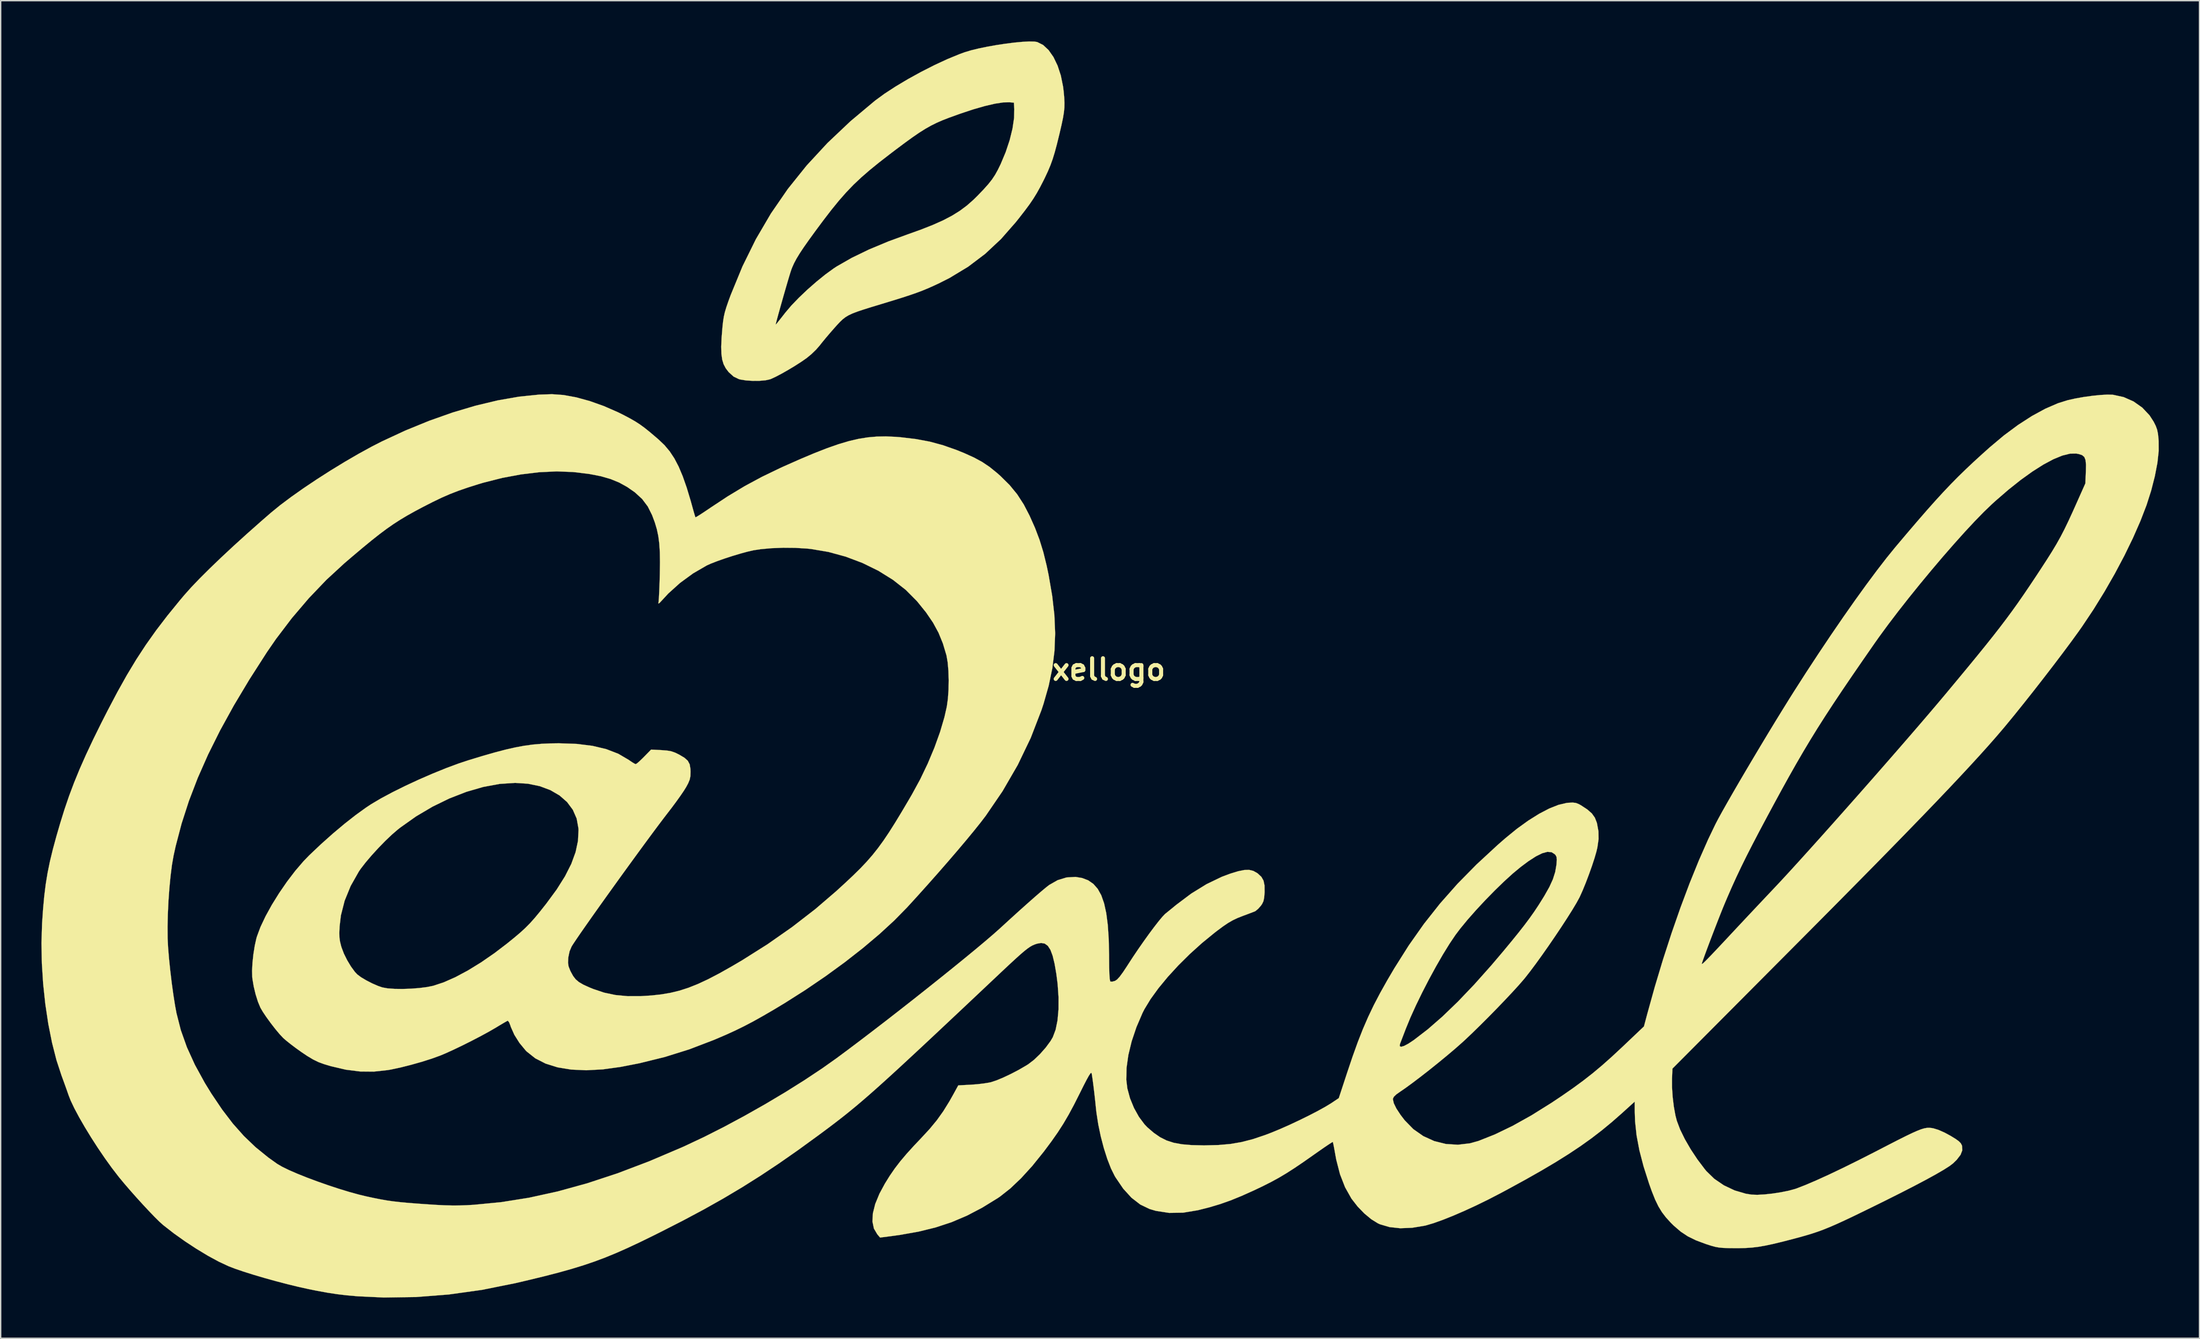
<source format=kicad_pcb>
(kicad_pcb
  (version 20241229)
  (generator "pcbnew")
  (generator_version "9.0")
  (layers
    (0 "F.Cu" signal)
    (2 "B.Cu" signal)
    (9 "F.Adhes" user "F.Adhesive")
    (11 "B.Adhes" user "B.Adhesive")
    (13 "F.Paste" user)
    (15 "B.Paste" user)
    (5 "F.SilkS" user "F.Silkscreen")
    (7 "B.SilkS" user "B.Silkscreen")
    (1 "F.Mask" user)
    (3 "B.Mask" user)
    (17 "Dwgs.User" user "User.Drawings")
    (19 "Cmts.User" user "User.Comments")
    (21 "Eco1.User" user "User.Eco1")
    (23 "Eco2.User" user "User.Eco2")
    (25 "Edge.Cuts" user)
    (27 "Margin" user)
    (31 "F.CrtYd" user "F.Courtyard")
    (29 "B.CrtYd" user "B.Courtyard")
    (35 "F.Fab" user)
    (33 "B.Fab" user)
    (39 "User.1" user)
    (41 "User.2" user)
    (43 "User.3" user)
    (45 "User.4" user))
  (footprint "axellogo"
    (layer "F.Cu")
    (at 77.941 46.271)
    (property "Reference" "axellogo" (at 0 0 0) (layer "F.SilkS") (effects (font (size 1.524 1.524) (thickness 0.3))))
    (attr through_hole)
    (fp_poly (pts (xy -4.8 -46.259) (xy -4.591 -46.226) (xy -4.154 -46.007) (xy -3.752 -45.631) (xy -3.393 -45.119) (xy -3.09 -44.489) (xy -2.85 -43.759) (xy -2.686 -42.948) (xy -2.64 -42.58) (xy -2.6 -42.132) (xy -2.582 -41.751) (xy -2.588 -41.397) (xy -2.625 -41.031) (xy -2.694 -40.615) (xy -2.801 -40.109) (xy -2.948 -39.475) (xy -2.961 -39.423) (xy -3.139 -38.697) (xy -3.298 -38.104) (xy -3.452 -37.602) (xy -3.615 -37.15) (xy -3.801 -36.707) (xy -4.024 -36.232) (xy -4.125 -36.027) (xy -4.379 -35.533) (xy -4.62 -35.099) (xy -4.871 -34.69) (xy -5.156 -34.271) (xy -5.499 -33.808) (xy -5.923 -33.263) (xy -6.164 -32.96) (xy -7.255 -31.716) (xy -8.421 -30.625) (xy -9.68 -29.673) (xy -11.048 -28.846) (xy -11.851 -28.441) (xy -12.281 -28.242) (xy -12.68 -28.066) (xy -13.079 -27.903) (xy -13.504 -27.744) (xy -13.986 -27.577) (xy -14.551 -27.393) (xy -15.23 -27.181) (xy -16.045 -26.933) (xy -16.777 -26.711) (xy -17.363 -26.528) (xy -17.827 -26.373) (xy -18.192 -26.234) (xy -18.481 -26.099) (xy -18.718 -25.956) (xy -18.927 -25.794) (xy -19.129 -25.6) (xy -19.349 -25.364) (xy -19.513 -25.181) (xy -19.839 -24.809) (xy -20.163 -24.428) (xy -20.443 -24.088) (xy -20.612 -23.873) (xy -20.874 -23.572) (xy -21.214 -23.243) (xy -21.561 -22.956) (xy -21.582 -22.94) (xy -21.971 -22.67) (xy -22.432 -22.375) (xy -22.923 -22.079) (xy -23.404 -21.805) (xy -23.835 -21.577) (xy -24.176 -21.418) (xy -24.27 -21.381) (xy -24.603 -21.308) (xy -25.047 -21.27) (xy -25.542 -21.267) (xy -26.027 -21.297) (xy -26.44 -21.362) (xy -26.562 -21.394) (xy -26.953 -21.581) (xy -27.311 -21.905) (xy -27.323 -21.918) (xy -27.533 -22.193) (xy -27.69 -22.492) (xy -27.795 -22.839) (xy -27.852 -23.261) (xy -27.866 -23.781) (xy -27.839 -24.425) (xy -27.775 -25.215) (xy -27.754 -25.41) (xy -23.856 -25.41) (xy -23.856 -25.4) (xy -23.797 -25.466) (xy -23.652 -25.645) (xy -23.441 -25.911) (xy -23.184 -26.239) (xy -23.14 -26.296) (xy -22.697 -26.818) (xy -22.141 -27.395) (xy -21.512 -27.992) (xy -20.849 -28.573) (xy -20.192 -29.105) (xy -19.579 -29.55) (xy -19.349 -29.7) (xy -18.248 -30.329) (xy -16.98 -30.943) (xy -15.554 -31.538) (xy -14.205 -32.031) (xy -13.17 -32.402) (xy -12.285 -32.75) (xy -11.525 -33.089) (xy -10.868 -33.432) (xy -10.29 -33.792) (xy -9.768 -34.181) (xy -9.277 -34.614) (xy -8.988 -34.899) (xy -8.539 -35.368) (xy -8.192 -35.756) (xy -7.919 -36.101) (xy -7.693 -36.442) (xy -7.486 -36.816) (xy -7.281 -37.236) (xy -6.913 -38.114) (xy -6.619 -38.997) (xy -6.41 -39.848) (xy -6.294 -40.631) (xy -6.279 -41.286) (xy -6.306 -41.76) (xy -6.637 -41.787) (xy -7.096 -41.777) (xy -7.7 -41.685) (xy -8.437 -41.514) (xy -9.296 -41.267) (xy -10.266 -40.946) (xy -11.113 -40.64) (xy -11.576 -40.459) (xy -12 -40.274) (xy -12.408 -40.071) (xy -12.824 -39.836) (xy -13.271 -39.555) (xy -13.772 -39.212) (xy -14.35 -38.793) (xy -15.029 -38.285) (xy -15.434 -37.977) (xy -16.237 -37.355) (xy -16.936 -36.787) (xy -17.557 -36.247) (xy -18.124 -35.711) (xy -18.662 -35.151) (xy -19.198 -34.541) (xy -19.755 -33.857) (xy -20.359 -33.071) (xy -20.929 -32.304) (xy -21.407 -31.646) (xy -21.789 -31.103) (xy -22.089 -30.651) (xy -22.321 -30.268) (xy -22.501 -29.931) (xy -22.641 -29.617) (xy -22.702 -29.457) (xy -22.763 -29.274) (xy -22.856 -28.971) (xy -22.974 -28.574) (xy -23.109 -28.111) (xy -23.253 -27.612) (xy -23.397 -27.104) (xy -23.535 -26.615) (xy -23.658 -26.173) (xy -23.758 -25.806) (xy -23.826 -25.542) (xy -23.856 -25.41) (xy -27.754 -25.41) (xy -27.731 -25.626) (xy -27.677 -25.976) (xy -27.602 -26.313) (xy -27.492 -26.682) (xy -27.338 -27.13) (xy -27.166 -27.597) (xy -26.299 -29.703) (xy -25.314 -31.7) (xy -24.203 -33.596) (xy -22.959 -35.403) (xy -21.573 -37.13) (xy -20.038 -38.789) (xy -18.346 -40.39) (xy -16.535 -41.907) (xy -15.843 -42.414) (xy -15.02 -42.95) (xy -14.107 -43.495) (xy -13.141 -44.026) (xy -12.162 -44.524) (xy -11.208 -44.966) (xy -10.318 -45.332) (xy -9.937 -45.471) (xy -9.467 -45.613) (xy -8.901 -45.751) (xy -8.27 -45.881) (xy -7.603 -46) (xy -6.931 -46.101) (xy -6.284 -46.183) (xy -5.693 -46.239) (xy -5.189 -46.266) (xy -4.8 -46.259)) (stroke (width 0.01) (type solid)) (fill yes) (layer "F.SilkS"))
    (fp_poly (pts (xy -39.484 -20.225) (xy -38.546 -20.053) (xy -37.542 -19.777) (xy -36.504 -19.407) (xy -35.464 -18.952) (xy -35.025 -18.733) (xy -34.575 -18.494) (xy -34.198 -18.278) (xy -33.856 -18.057) (xy -33.511 -17.805) (xy -33.126 -17.496) (xy -32.663 -17.104) (xy -32.468 -16.935) (xy -32.04 -16.526) (xy -31.66 -16.072) (xy -31.317 -15.554) (xy -31.002 -14.951) (xy -30.703 -14.242) (xy -30.41 -13.408) (xy -30.114 -12.427) (xy -29.982 -11.95) (xy -29.891 -11.623) (xy -29.816 -11.368) (xy -29.769 -11.228) (xy -29.762 -11.214) (xy -29.684 -11.251) (xy -29.486 -11.371) (xy -29.196 -11.559) (xy -28.839 -11.798) (xy -28.647 -11.929) (xy -27.366 -12.774) (xy -26.13 -13.517) (xy -24.874 -14.194) (xy -23.533 -14.841) (xy -23.239 -14.975) (xy -22.056 -15.499) (xy -21.006 -15.941) (xy -20.07 -16.307) (xy -19.228 -16.602) (xy -18.46 -16.83) (xy -17.746 -16.996) (xy -17.066 -17.105) (xy -16.4 -17.163) (xy -15.728 -17.175) (xy -15.03 -17.144) (xy -14.64 -17.113) (xy -13.523 -16.98) (xy -12.511 -16.791) (xy -11.537 -16.528) (xy -10.535 -16.176) (xy -9.966 -15.945) (xy -9.25 -15.621) (xy -8.648 -15.295) (xy -8.1 -14.927) (xy -7.548 -14.481) (xy -7.292 -14.253) (xy -6.624 -13.592) (xy -6.066 -12.912) (xy -5.58 -12.16) (xy -5.152 -11.335) (xy -4.751 -10.434) (xy -4.419 -9.557) (xy -4.139 -8.649) (xy -3.894 -7.654) (xy -3.751 -6.97) (xy -3.486 -5.433) (xy -3.324 -4.009) (xy -3.268 -2.666) (xy -3.318 -1.373) (xy -3.476 -0.098) (xy -3.744 1.19) (xy -4.124 2.523) (xy -4.277 2.986) (xy -5.067 5.033) (xy -6.023 7.024) (xy -7.145 8.96) (xy -8.374 10.76) (xy -8.748 11.25) (xy -9.227 11.849) (xy -9.796 12.539) (xy -10.439 13.302) (xy -11.141 14.119) (xy -11.885 14.972) (xy -12.656 15.842) (xy -13.437 16.711) (xy -14.174 17.518) (xy -15.122 18.484) (xy -16.217 19.49) (xy -17.438 20.52) (xy -18.766 21.558) (xy -20.18 22.588) (xy -21.66 23.596) (xy -23.185 24.564) (xy -23.945 25.022) (xy -24.773 25.504) (xy -25.5 25.911) (xy -26.172 26.264) (xy -26.833 26.588) (xy -27.529 26.905) (xy -28.306 27.238) (xy -28.429 27.289) (xy -30.214 27.972) (xy -32.016 28.536) (xy -33.888 28.998) (xy -35.278 29.269) (xy -36.59 29.45) (xy -37.805 29.515) (xy -38.916 29.465) (xy -39.917 29.301) (xy -40.801 29.024) (xy -41.561 28.636) (xy -42.19 28.137) (xy -42.273 28.053) (xy -42.728 27.502) (xy -43.103 26.906) (xy -43.363 26.323) (xy -43.398 26.212) (xy -43.484 25.994) (xy -43.572 25.877) (xy -43.605 25.871) (xy -43.717 25.93) (xy -43.942 26.06) (xy -44.243 26.239) (xy -44.45 26.365) (xy -44.966 26.664) (xy -45.588 27.003) (xy -46.271 27.358) (xy -46.969 27.707) (xy -47.637 28.026) (xy -48.229 28.293) (xy -48.557 28.43) (xy -49.188 28.659) (xy -49.93 28.894) (xy -50.72 29.117) (xy -51.496 29.313) (xy -52.196 29.462) (xy -52.432 29.503) (xy -53.458 29.614) (xy -54.475 29.605) (xy -55.52 29.472) (xy -56.629 29.212) (xy -57.118 29.065) (xy -57.527 28.916) (xy -57.929 28.72) (xy -58.374 28.453) (xy -58.794 28.17) (xy -59.195 27.883) (xy -59.58 27.592) (xy -59.906 27.332) (xy -60.131 27.137) (xy -60.132 27.135) (xy -60.399 26.85) (xy -60.717 26.469) (xy -61.051 26.038) (xy -61.368 25.602) (xy -61.633 25.207) (xy -61.811 24.902) (xy -61.991 24.468) (xy -62.161 23.927) (xy -62.302 23.345) (xy -62.395 22.792) (xy -62.41 22.657) (xy -62.423 22.179) (xy -62.393 21.594) (xy -62.325 20.962) (xy -62.227 20.345) (xy -62.107 19.805) (xy -62.067 19.667) (xy -61.962 19.383) (xy -55.996 19.383) (xy -55.988 19.729) (xy -55.946 20.031) (xy -55.866 20.355) (xy -55.831 20.472) (xy -55.659 20.924) (xy -55.417 21.41) (xy -55.137 21.876) (xy -54.852 22.265) (xy -54.669 22.459) (xy -54.394 22.664) (xy -54.01 22.892) (xy -53.574 23.116) (xy -53.144 23.303) (xy -52.828 23.412) (xy -52.447 23.481) (xy -51.938 23.518) (xy -51.346 23.526) (xy -50.716 23.505) (xy -50.095 23.457) (xy -49.526 23.384) (xy -49.08 23.293) (xy -48.309 23.039) (xy -47.45 22.659) (xy -46.526 22.165) (xy -45.557 21.57) (xy -44.566 20.886) (xy -43.656 20.192) (xy -43.113 19.752) (xy -42.671 19.378) (xy -42.295 19.034) (xy -41.952 18.687) (xy -41.608 18.302) (xy -41.229 17.845) (xy -40.783 17.282) (xy -40.752 17.242) (xy -39.985 16.2) (xy -39.372 15.226) (xy -38.909 14.311) (xy -38.592 13.444) (xy -38.416 12.617) (xy -38.377 11.818) (xy -38.384 11.689) (xy -38.513 10.975) (xy -38.796 10.328) (xy -39.221 9.757) (xy -39.777 9.271) (xy -40.451 8.879) (xy -41.231 8.588) (xy -42.105 8.408) (xy -43.039 8.347) (xy -44.185 8.422) (xy -45.39 8.644) (xy -46.631 9.004) (xy -47.886 9.491) (xy -49.131 10.098) (xy -50.343 10.814) (xy -51.498 11.632) (xy -51.682 11.776) (xy -52.12 12.153) (xy -52.612 12.621) (xy -53.121 13.144) (xy -53.615 13.684) (xy -54.059 14.206) (xy -54.419 14.671) (xy -54.559 14.876) (xy -55.162 15.942) (xy -55.604 17.025) (xy -55.881 18.11) (xy -55.977 18.928) (xy -55.996 19.383) (xy -61.962 19.383) (xy -61.804 18.96) (xy -61.43 18.17) (xy -60.966 17.328) (xy -60.432 16.469) (xy -59.851 15.624) (xy -59.243 14.827) (xy -58.629 14.111) (xy -58.214 13.683) (xy -57.354 12.869) (xy -56.478 12.087) (xy -55.613 11.361) (xy -54.787 10.713) (xy -54.029 10.166) (xy -53.646 9.913) (xy -52.927 9.488) (xy -52.077 9.033) (xy -51.133 8.565) (xy -50.133 8.101) (xy -49.115 7.659) (xy -48.118 7.255) (xy -47.179 6.907) (xy -46.478 6.676) (xy -45.434 6.359) (xy -44.526 6.099) (xy -43.73 5.891) (xy -43.015 5.729) (xy -42.356 5.607) (xy -41.724 5.522) (xy -41.092 5.467) (xy -40.433 5.438) (xy -39.82 5.429) (xy -38.516 5.474) (xy -37.356 5.617) (xy -36.333 5.86) (xy -35.444 6.204) (xy -34.685 6.649) (xy -34.674 6.657) (xy -34.431 6.823) (xy -34.243 6.935) (xy -34.162 6.967) (xy -34.068 6.908) (xy -33.885 6.751) (xy -33.649 6.524) (xy -33.555 6.43) (xy -33.029 5.893) (xy -32.27 5.933) (xy -31.851 5.966) (xy -31.536 6.022) (xy -31.254 6.122) (xy -30.959 6.267) (xy -30.573 6.497) (xy -30.326 6.72) (xy -30.189 6.98) (xy -30.132 7.322) (xy -30.125 7.527) (xy -30.135 7.844) (xy -30.186 8.102) (xy -30.299 8.376) (xy -30.448 8.654) (xy -30.613 8.92) (xy -30.863 9.287) (xy -31.171 9.718) (xy -31.511 10.176) (xy -31.765 10.506) (xy -32.097 10.938) (xy -32.501 11.473) (xy -32.963 12.094) (xy -33.473 12.785) (xy -34.017 13.528) (xy -34.585 14.308) (xy -35.165 15.107) (xy -35.743 15.91) (xy -36.309 16.698) (xy -36.851 17.457) (xy -37.356 18.169) (xy -37.812 18.818) (xy -38.209 19.386) (xy -38.532 19.859) (xy -38.772 20.217) (xy -38.885 20.397) (xy -39.037 20.755) (xy -39.129 21.195) (xy -39.135 21.254) (xy -39.15 21.594) (xy -39.11 21.863) (xy -38.996 22.156) (xy -38.945 22.262) (xy -38.775 22.571) (xy -38.587 22.816) (xy -38.346 23.02) (xy -38.02 23.211) (xy -37.574 23.413) (xy -37.289 23.529) (xy -36.491 23.797) (xy -35.661 23.972) (xy -34.765 24.057) (xy -33.77 24.055) (xy -33.003 24.006) (xy -32.285 23.927) (xy -31.607 23.812) (xy -30.946 23.652) (xy -30.279 23.437) (xy -29.581 23.159) (xy -28.83 22.809) (xy -28.002 22.377) (xy -27.075 21.854) (xy -26.313 21.406) (xy -24.451 20.23) (xy -22.645 18.966) (xy -20.934 17.643) (xy -19.403 16.329) (xy -18.726 15.71) (xy -18.136 15.155) (xy -17.617 14.644) (xy -17.153 14.154) (xy -16.726 13.665) (xy -16.321 13.155) (xy -15.92 12.605) (xy -15.507 11.991) (xy -15.065 11.293) (xy -14.578 10.491) (xy -14.029 9.562) (xy -13.818 9.199) (xy -13.212 8.089) (xy -12.654 6.925) (xy -12.16 5.747) (xy -11.745 4.593) (xy -11.423 3.5) (xy -11.249 2.729) (xy -11.169 2.153) (xy -11.122 1.489) (xy -11.11 0.789) (xy -11.13 0.102) (xy -11.183 -0.518) (xy -11.269 -1.022) (xy -11.28 -1.066) (xy -11.539 -1.929) (xy -11.86 -2.714) (xy -12.266 -3.461) (xy -12.779 -4.213) (xy -13.422 -5.009) (xy -13.459 -5.052) (xy -14.271 -5.869) (xy -15.224 -6.616) (xy -16.295 -7.281) (xy -17.458 -7.851) (xy -18.689 -8.316) (xy -19.964 -8.664) (xy -21.258 -8.883) (xy -21.564 -8.914) (xy -22.412 -8.965) (xy -23.3 -8.973) (xy -24.17 -8.94) (xy -24.966 -8.867) (xy -25.488 -8.787) (xy -25.925 -8.687) (xy -26.458 -8.542) (xy -27.042 -8.366) (xy -27.631 -8.174) (xy -28.18 -7.98) (xy -28.641 -7.8) (xy -28.928 -7.671) (xy -29.932 -7.089) (xy -30.894 -6.387) (xy -31.762 -5.605) (xy -32.219 -5.111) (xy -32.384 -4.934) (xy -32.482 -4.859) (xy -32.495 -4.895) (xy -32.475 -5.032) (xy -32.454 -5.317) (xy -32.433 -5.723) (xy -32.413 -6.22) (xy -32.395 -6.781) (xy -32.389 -7.028) (xy -32.377 -7.91) (xy -32.388 -8.65) (xy -32.428 -9.28) (xy -32.5 -9.833) (xy -32.608 -10.342) (xy -32.757 -10.839) (xy -32.951 -11.358) (xy -32.958 -11.377) (xy -33.277 -12.015) (xy -33.69 -12.564) (xy -34.226 -13.056) (xy -34.795 -13.452) (xy -35.378 -13.774) (xy -36.01 -14.034) (xy -36.722 -14.24) (xy -37.541 -14.4) (xy -38.497 -14.522) (xy -38.812 -14.553) (xy -39.985 -14.598) (xy -41.262 -14.538) (xy -42.608 -14.377) (xy -43.99 -14.119) (xy -45.372 -13.769) (xy -45.748 -13.657) (xy -46.549 -13.404) (xy -47.233 -13.167) (xy -47.854 -12.926) (xy -48.466 -12.659) (xy -49.124 -12.342) (xy -49.83 -11.981) (xy -50.442 -11.656) (xy -50.995 -11.347) (xy -51.51 -11.039) (xy -52.009 -10.717) (xy -52.515 -10.364) (xy -53.048 -9.965) (xy -53.63 -9.505) (xy -54.283 -8.968) (xy -55.029 -8.339) (xy -55.636 -7.82) (xy -56.952 -6.607) (xy -58.247 -5.252) (xy -59.494 -3.789) (xy -60.662 -2.251) (xy -61.332 -1.279) (xy -62.617 0.724) (xy -63.764 2.64) (xy -64.777 4.48) (xy -65.663 6.258) (xy -66.427 7.986) (xy -67.076 9.677) (xy -67.615 11.345) (xy -68.05 13.001) (xy -68.207 13.714) (xy -68.325 14.393) (xy -68.428 15.205) (xy -68.515 16.108) (xy -68.583 17.059) (xy -68.628 18.017) (xy -68.649 18.939) (xy -68.643 19.781) (xy -68.613 20.42) (xy -68.543 21.273) (xy -68.449 22.181) (xy -68.339 23.096) (xy -68.218 23.971) (xy -68.094 24.757) (xy -67.99 25.312) (xy -67.672 26.559) (xy -67.224 27.819) (xy -66.637 29.109) (xy -65.904 30.447) (xy -65.423 31.229) (xy -64.628 32.41) (xy -63.838 33.444) (xy -63.026 34.358) (xy -62.168 35.179) (xy -61.238 35.934) (xy -60.563 36.416) (xy -60.206 36.624) (xy -59.707 36.867) (xy -59.092 37.134) (xy -58.391 37.415) (xy -57.631 37.699) (xy -56.84 37.977) (xy -56.047 38.239) (xy -55.278 38.474) (xy -54.561 38.672) (xy -54.019 38.803) (xy -53.452 38.925) (xy -52.957 39.023) (xy -52.497 39.104) (xy -52.036 39.17) (xy -51.537 39.227) (xy -50.964 39.28) (xy -50.281 39.334) (xy -49.621 39.381) (xy -48.859 39.431) (xy -48.226 39.462) (xy -47.673 39.476) (xy -47.154 39.474) (xy -46.62 39.455) (xy -46.093 39.425) (xy -44.081 39.231) (xy -42.024 38.904) (xy -39.912 38.441) (xy -37.738 37.841) (xy -35.493 37.101) (xy -33.168 36.218) (xy -30.756 35.191) (xy -30.534 35.091) (xy -29.128 34.429) (xy -27.652 33.682) (xy -26.14 32.869) (xy -24.625 32.012) (xy -23.144 31.13) (xy -21.731 30.243) (xy -20.42 29.372) (xy -19.369 28.627) (xy -18.535 28.008) (xy -17.634 27.329) (xy -16.682 26.603) (xy -15.694 25.843) (xy -14.687 25.059) (xy -13.676 24.266) (xy -12.678 23.476) (xy -11.707 22.701) (xy -10.779 21.954) (xy -9.911 21.248) (xy -9.118 20.595) (xy -8.416 20.007) (xy -7.821 19.497) (xy -7.349 19.078) (xy -7.276 19.011) (xy -6.568 18.363) (xy -5.902 17.759) (xy -5.292 17.214) (xy -4.753 16.738) (xy -4.299 16.347) (xy -3.944 16.051) (xy -3.71 15.868) (xy -3.085 15.512) (xy -2.428 15.311) (xy -1.763 15.273) (xy -1.279 15.354) (xy -0.835 15.524) (xy -0.455 15.787) (xy -0.135 16.15) (xy 0.129 16.625) (xy 0.338 17.221) (xy 0.497 17.947) (xy 0.609 18.815) (xy 0.677 19.833) (xy 0.705 21.011) (xy 0.706 21.303) (xy 0.711 21.95) (xy 0.726 22.447) (xy 0.751 22.785) (xy 0.785 22.958) (xy 0.799 22.978) (xy 0.939 22.988) (xy 1.147 22.93) (xy 1.149 22.929) (xy 1.3 22.826) (xy 1.491 22.616) (xy 1.735 22.284) (xy 2.046 21.814) (xy 2.085 21.752) (xy 2.451 21.188) (xy 2.844 20.605) (xy 3.247 20.027) (xy 3.642 19.476) (xy 4.014 18.977) (xy 4.345 18.551) (xy 4.618 18.222) (xy 4.817 18.012) (xy 4.851 17.983) (xy 5.084 17.794) (xy 5.384 17.55) (xy 5.644 17.336) (xy 6.755 16.501) (xy 7.883 15.806) (xy 9.007 15.265) (xy 9.636 15.03) (xy 10.21 14.855) (xy 10.661 14.764) (xy 11.022 14.755) (xy 11.326 14.828) (xy 11.607 14.984) (xy 11.667 15.029) (xy 11.923 15.269) (xy 12.081 15.547) (xy 12.155 15.904) (xy 12.16 16.383) (xy 12.158 16.432) (xy 12.128 16.802) (xy 12.074 17.059) (xy 11.976 17.266) (xy 11.874 17.411) (xy 11.681 17.627) (xy 11.493 17.783) (xy 11.434 17.815) (xy 11.262 17.881) (xy 10.981 17.988) (xy 10.645 18.113) (xy 10.583 18.136) (xy 10.178 18.295) (xy 9.825 18.461) (xy 9.483 18.657) (xy 9.108 18.91) (xy 8.658 19.244) (xy 8.467 19.392) (xy 7.541 20.149) (xy 6.646 20.957) (xy 5.802 21.794) (xy 5.027 22.639) (xy 4.341 23.471) (xy 3.763 24.268) (xy 3.312 25.009) (xy 3.169 25.289) (xy 2.717 26.343) (xy 2.367 27.385) (xy 2.123 28.394) (xy 1.99 29.344) (xy 1.972 30.212) (xy 2.048 30.849) (xy 2.245 31.577) (xy 2.539 32.294) (xy 2.905 32.952) (xy 3.319 33.505) (xy 3.528 33.721) (xy 4.002 34.128) (xy 4.463 34.446) (xy 4.941 34.686) (xy 5.466 34.856) (xy 6.07 34.967) (xy 6.783 35.027) (xy 7.635 35.047) (xy 7.761 35.047) (xy 8.755 35.022) (xy 9.64 34.945) (xy 10.472 34.802) (xy 11.309 34.585) (xy 12.207 34.282) (xy 12.681 34.101) (xy 13.311 33.84) (xy 14 33.535) (xy 14.709 33.202) (xy 15.405 32.86) (xy 16.05 32.527) (xy 16.608 32.219) (xy 17.044 31.956) (xy 17.097 31.921) (xy 17.624 31.569) (xy 18.239 29.697) (xy 18.64 28.506) (xy 18.916 27.74) (xy 22.112 27.74) (xy 22.217 27.786) (xy 22.434 27.723) (xy 22.751 27.555) (xy 23.158 27.285) (xy 23.16 27.283) (xy 24.184 26.495) (xy 25.263 25.554) (xy 26.401 24.457) (xy 27.6 23.202) (xy 28.86 21.788) (xy 29.724 20.77) (xy 30.34 20.026) (xy 30.858 19.387) (xy 31.297 18.827) (xy 31.676 18.32) (xy 32.016 17.84) (xy 32.335 17.36) (xy 32.652 16.854) (xy 32.766 16.669) (xy 33.136 16.014) (xy 33.397 15.442) (xy 33.565 14.91) (xy 33.657 14.375) (xy 33.662 14.321) (xy 33.683 14.008) (xy 33.666 13.812) (xy 33.599 13.675) (xy 33.526 13.594) (xy 33.291 13.449) (xy 32.989 13.426) (xy 32.611 13.528) (xy 32.147 13.757) (xy 31.59 14.117) (xy 31.017 14.544) (xy 30.444 15.02) (xy 29.799 15.607) (xy 29.113 16.273) (xy 28.416 16.985) (xy 27.74 17.711) (xy 27.115 18.419) (xy 26.573 19.077) (xy 26.227 19.535) (xy 25.779 20.199) (xy 25.29 20.992) (xy 24.779 21.879) (xy 24.265 22.823) (xy 23.768 23.787) (xy 23.306 24.737) (xy 22.899 25.635) (xy 22.566 26.445) (xy 22.561 26.458) (xy 22.41 26.852) (xy 22.276 27.202) (xy 22.175 27.464) (xy 22.13 27.583) (xy 22.112 27.74) (xy 18.916 27.74) (xy 19.02 27.449) (xy 19.396 26.491) (xy 19.785 25.593) (xy 20.203 24.717) (xy 20.668 23.828) (xy 21.196 22.887) (xy 21.715 22.005) (xy 22.78 20.318) (xy 23.895 18.736) (xy 25.084 17.232) (xy 26.37 15.779) (xy 27.775 14.352) (xy 29.322 12.922) (xy 29.898 12.419) (xy 30.749 11.725) (xy 31.583 11.124) (xy 32.382 10.623) (xy 33.13 10.233) (xy 33.81 9.964) (xy 34.404 9.824) (xy 34.517 9.812) (xy 34.852 9.796) (xy 35.09 9.824) (xy 35.309 9.911) (xy 35.464 9.998) (xy 35.933 10.306) (xy 36.264 10.597) (xy 36.485 10.906) (xy 36.626 11.266) (xy 36.644 11.329) (xy 36.751 11.913) (xy 36.761 12.481) (xy 36.673 13.097) (xy 36.6 13.41) (xy 36.463 13.885) (xy 36.275 14.459) (xy 36.053 15.082) (xy 35.819 15.7) (xy 35.589 16.263) (xy 35.384 16.719) (xy 35.345 16.799) (xy 35.128 17.195) (xy 34.823 17.705) (xy 34.446 18.302) (xy 34.017 18.961) (xy 33.554 19.653) (xy 33.074 20.354) (xy 32.595 21.036) (xy 32.136 21.672) (xy 31.714 22.237) (xy 31.348 22.704) (xy 31.233 22.842) (xy 30.863 23.267) (xy 30.391 23.783) (xy 29.844 24.364) (xy 29.25 24.982) (xy 28.635 25.609) (xy 28.026 26.216) (xy 27.452 26.777) (xy 26.939 27.263) (xy 26.723 27.461) (xy 26.202 27.921) (xy 25.603 28.428) (xy 24.957 28.959) (xy 24.296 29.49) (xy 23.649 29.995) (xy 23.047 30.451) (xy 22.522 30.834) (xy 22.176 31.071) (xy 21.859 31.295) (xy 21.679 31.469) (xy 21.611 31.615) (xy 21.609 31.643) (xy 21.674 31.939) (xy 21.864 32.33) (xy 22.171 32.798) (xy 22.478 33.199) (xy 23.117 33.853) (xy 23.849 34.365) (xy 24.654 34.731) (xy 25.511 34.945) (xy 26.399 35.001) (xy 27.299 34.893) (xy 27.914 34.721) (xy 29.123 34.241) (xy 30.422 33.614) (xy 31.812 32.838) (xy 33.293 31.913) (xy 34.043 31.412) (xy 34.878 30.832) (xy 35.624 30.285) (xy 36.321 29.74) (xy 37.01 29.164) (xy 37.73 28.524) (xy 38.521 27.788) (xy 38.638 27.677) (xy 40.102 26.287) (xy 40.343 25.38) (xy 40.904 23.36) (xy 41.409 21.681) (xy 44.362 21.681) (xy 44.384 21.688) (xy 44.457 21.634) (xy 44.59 21.51) (xy 44.794 21.305) (xy 45.079 21.011) (xy 45.454 20.615) (xy 45.929 20.11) (xy 46.466 19.535) (xy 47.017 18.945) (xy 47.626 18.295) (xy 48.255 17.626) (xy 48.864 16.98) (xy 49.415 16.396) (xy 49.7 16.095) (xy 50.218 15.543) (xy 50.836 14.873) (xy 51.541 14.099) (xy 52.32 13.237) (xy 53.159 12.304) (xy 54.043 11.313) (xy 54.959 10.282) (xy 55.894 9.226) (xy 56.834 8.159) (xy 57.764 7.098) (xy 58.672 6.058) (xy 59.544 5.054) (xy 60.365 4.103) (xy 61.122 3.22) (xy 61.802 2.419) (xy 62.316 1.808) (xy 63.199 0.747) (xy 63.98 -0.196) (xy 64.672 -1.039) (xy 65.286 -1.797) (xy 65.837 -2.488) (xy 66.336 -3.129) (xy 66.796 -3.735) (xy 67.23 -4.323) (xy 67.65 -4.91) (xy 68.069 -5.513) (xy 68.5 -6.148) (xy 68.956 -6.832) (xy 69.295 -7.347) (xy 69.767 -8.072) (xy 70.159 -8.693) (xy 70.493 -9.25) (xy 70.791 -9.782) (xy 71.074 -10.329) (xy 71.365 -10.931) (xy 71.686 -11.628) (xy 71.89 -12.083) (xy 72.617 -13.714) (xy 72.654 -14.609) (xy 72.663 -15.094) (xy 72.63 -15.434) (xy 72.54 -15.658) (xy 72.378 -15.797) (xy 72.127 -15.879) (xy 71.952 -15.91) (xy 71.483 -15.904) (xy 70.917 -15.763) (xy 70.261 -15.494) (xy 69.527 -15.102) (xy 68.724 -14.593) (xy 67.86 -13.973) (xy 66.947 -13.247) (xy 65.992 -12.421) (xy 65.726 -12.178) (xy 65.137 -11.613) (xy 64.465 -10.923) (xy 63.726 -10.129) (xy 62.937 -9.249) (xy 62.114 -8.306) (xy 61.275 -7.317) (xy 60.436 -6.304) (xy 59.615 -5.287) (xy 58.828 -4.285) (xy 58.092 -3.319) (xy 57.424 -2.408) (xy 57.093 -1.94) (xy 56.206 -0.661) (xy 55.41 0.496) (xy 54.692 1.553) (xy 54.04 2.53) (xy 53.441 3.448) (xy 52.881 4.328) (xy 52.349 5.191) (xy 51.83 6.058) (xy 51.312 6.949) (xy 50.782 7.885) (xy 50.228 8.887) (xy 49.636 9.976) (xy 49.169 10.845) (xy 48.594 11.924) (xy 48.095 12.88) (xy 47.656 13.74) (xy 47.265 14.534) (xy 46.907 15.289) (xy 46.568 16.035) (xy 46.235 16.799) (xy 46.08 17.164) (xy 45.926 17.536) (xy 45.743 17.992) (xy 45.54 18.508) (xy 45.327 19.057) (xy 45.113 19.614) (xy 44.908 20.154) (xy 44.722 20.65) (xy 44.565 21.076) (xy 44.447 21.408) (xy 44.377 21.619) (xy 44.362 21.681) (xy 41.409 21.681) (xy 41.505 21.363) (xy 42.138 19.412) (xy 42.795 17.528) (xy 43.468 15.735) (xy 44.15 14.054) (xy 44.831 12.509) (xy 45.375 11.377) (xy 45.582 10.981) (xy 45.871 10.455) (xy 46.232 9.816) (xy 46.651 9.085) (xy 47.119 8.279) (xy 47.625 7.418) (xy 48.157 6.521) (xy 48.703 5.606) (xy 49.253 4.692) (xy 49.796 3.799) (xy 50.321 2.946) (xy 50.815 2.15) (xy 51.141 1.632) (xy 52.051 0.212) (xy 52.968 -1.186) (xy 53.88 -2.547) (xy 54.776 -3.854) (xy 55.644 -5.091) (xy 56.473 -6.24) (xy 57.251 -7.286) (xy 57.966 -8.212) (xy 58.607 -9.002) (xy 58.639 -9.04) (xy 59.492 -10.05) (xy 60.253 -10.939) (xy 60.937 -11.726) (xy 61.562 -12.429) (xy 62.144 -13.064) (xy 62.701 -13.651) (xy 63.249 -14.207) (xy 63.806 -14.75) (xy 64.387 -15.297) (xy 65.011 -15.867) (xy 65.573 -16.37) (xy 66.613 -17.243) (xy 67.653 -18.015) (xy 68.676 -18.675) (xy 69.663 -19.213) (xy 70.595 -19.617) (xy 71.308 -19.841) (xy 71.872 -19.967) (xy 72.49 -20.077) (xy 73.119 -20.164) (xy 73.714 -20.225) (xy 74.231 -20.254) (xy 74.626 -20.245) (xy 74.657 -20.242) (xy 75.438 -20.071) (xy 76.164 -19.75) (xy 76.809 -19.296) (xy 77.345 -18.726) (xy 77.649 -18.255) (xy 77.804 -17.945) (xy 77.903 -17.673) (xy 77.965 -17.373) (xy 78.006 -16.979) (xy 78.016 -16.844) (xy 78.018 -16.095) (xy 77.925 -15.234) (xy 77.736 -14.248) (xy 77.465 -13.185) (xy 77.123 -12.114) (xy 76.671 -10.942) (xy 76.122 -9.692) (xy 75.489 -8.391) (xy 74.784 -7.062) (xy 74.021 -5.732) (xy 73.213 -4.424) (xy 72.371 -3.164) (xy 72.099 -2.778) (xy 71.566 -2.044) (xy 70.944 -1.209) (xy 70.259 -0.305) (xy 69.535 0.635) (xy 68.8 1.578) (xy 68.077 2.49) (xy 67.393 3.341) (xy 66.773 4.095) (xy 66.509 4.41) (xy 66.012 4.99) (xy 65.457 5.621) (xy 64.841 6.306) (xy 64.157 7.053) (xy 63.401 7.866) (xy 62.568 8.751) (xy 61.653 9.712) (xy 60.65 10.755) (xy 59.554 11.886) (xy 58.361 13.11) (xy 57.065 14.432) (xy 55.66 15.857) (xy 54.143 17.391) (xy 52.507 19.039) (xy 51.409 20.143) (xy 42.201 29.394) (xy 42.17 30.133) (xy 42.171 30.777) (xy 42.218 31.486) (xy 42.304 32.197) (xy 42.422 32.844) (xy 42.524 33.238) (xy 42.764 33.874) (xy 43.113 34.587) (xy 43.547 35.338) (xy 44.044 36.087) (xy 44.579 36.795) (xy 44.704 36.946) (xy 45.285 37.511) (xy 45.99 37.991) (xy 46.777 38.364) (xy 47.606 38.608) (xy 48.036 38.676) (xy 48.451 38.69) (xy 48.984 38.661) (xy 49.581 38.596) (xy 50.19 38.502) (xy 50.761 38.387) (xy 51.239 38.257) (xy 51.339 38.223) (xy 52.001 37.966) (xy 52.8 37.624) (xy 53.724 37.204) (xy 54.758 36.711) (xy 55.89 36.152) (xy 57.105 35.534) (xy 57.317 35.424) (xy 58.142 34.998) (xy 58.828 34.646) (xy 59.392 34.364) (xy 59.849 34.144) (xy 60.216 33.981) (xy 60.51 33.866) (xy 60.748 33.794) (xy 60.946 33.758) (xy 61.12 33.752) (xy 61.288 33.769) (xy 61.428 33.794) (xy 61.795 33.906) (xy 62.245 34.105) (xy 62.685 34.343) (xy 63.051 34.567) (xy 63.291 34.739) (xy 63.436 34.885) (xy 63.516 35.033) (xy 63.534 35.089) (xy 63.553 35.408) (xy 63.423 35.745) (xy 63.138 36.114) (xy 62.874 36.371) (xy 62.607 36.574) (xy 62.183 36.844) (xy 61.605 37.18) (xy 60.877 37.58) (xy 60.003 38.041) (xy 58.988 38.562) (xy 57.836 39.139) (xy 57.238 39.434) (xy 56.32 39.884) (xy 55.538 40.264) (xy 54.868 40.581) (xy 54.289 40.846) (xy 53.778 41.067) (xy 53.315 41.254) (xy 52.875 41.415) (xy 52.438 41.56) (xy 51.98 41.697) (xy 51.481 41.836) (xy 51.109 41.935) (xy 50.293 42.146) (xy 49.612 42.31) (xy 49.033 42.433) (xy 48.524 42.521) (xy 48.051 42.577) (xy 47.58 42.608) (xy 47.079 42.619) (xy 46.83 42.619) (xy 46.315 42.614) (xy 45.928 42.6) (xy 45.621 42.571) (xy 45.345 42.52) (xy 45.053 42.44) (xy 44.696 42.325) (xy 44.656 42.312) (xy 43.933 42.042) (xy 43.334 41.748) (xy 42.806 41.398) (xy 42.298 40.96) (xy 42.081 40.746) (xy 41.726 40.358) (xy 41.428 39.968) (xy 41.167 39.54) (xy 40.924 39.037) (xy 40.679 38.423) (xy 40.485 37.88) (xy 40.073 36.591) (xy 39.766 35.412) (xy 39.56 34.318) (xy 39.449 33.282) (xy 39.425 32.559) (xy 39.423 31.824) (xy 38.475 32.683) (xy 37.745 33.324) (xy 37.007 33.933) (xy 36.243 34.521) (xy 35.433 35.1) (xy 34.559 35.682) (xy 33.603 36.281) (xy 32.546 36.907) (xy 31.371 37.573) (xy 30.058 38.291) (xy 29.545 38.566) (xy 28.659 39.025) (xy 27.764 39.463) (xy 26.886 39.868) (xy 26.051 40.229) (xy 25.284 40.535) (xy 24.613 40.775) (xy 24.061 40.939) (xy 23.961 40.963) (xy 23.026 41.118) (xy 22.149 41.152) (xy 21.353 41.065) (xy 20.66 40.86) (xy 20.505 40.79) (xy 20.017 40.488) (xy 19.504 40.062) (xy 19.01 39.551) (xy 18.576 38.994) (xy 18.549 38.955) (xy 18.087 38.134) (xy 17.714 37.177) (xy 17.438 36.105) (xy 17.378 35.783) (xy 17.309 35.394) (xy 17.249 35.076) (xy 17.204 34.863) (xy 17.184 34.794) (xy 17.106 34.834) (xy 16.908 34.961) (xy 16.611 35.16) (xy 16.24 35.417) (xy 15.815 35.715) (xy 15.787 35.735) (xy 15.023 36.271) (xy 14.361 36.719) (xy 13.768 37.099) (xy 13.206 37.434) (xy 12.64 37.743) (xy 12.036 38.048) (xy 11.382 38.36) (xy 10.473 38.768) (xy 9.659 39.1) (xy 8.884 39.374) (xy 8.094 39.61) (xy 7.241 39.826) (xy 6.154 40.006) (xy 5.124 40.021) (xy 4.156 39.873) (xy 3.683 39.733) (xy 3.001 39.404) (xy 2.354 38.904) (xy 1.745 38.236) (xy 1.178 37.402) (xy 1.12 37.305) (xy 0.841 36.742) (xy 0.57 36.042) (xy 0.316 35.244) (xy 0.092 34.387) (xy -0.092 33.509) (xy -0.225 32.651) (xy -0.262 32.323) (xy -0.322 31.736) (xy -0.387 31.156) (xy -0.452 30.622) (xy -0.512 30.17) (xy -0.562 29.839) (xy -0.582 29.735) (xy -0.614 29.7) (xy -0.683 29.761) (xy -0.795 29.934) (xy -0.958 30.229) (xy -1.181 30.66) (xy -1.447 31.194) (xy -1.879 32.05) (xy -2.276 32.788) (xy -2.667 33.455) (xy -3.08 34.096) (xy -3.544 34.757) (xy -4.088 35.486) (xy -4.128 35.538) (xy -4.962 36.572) (xy -5.781 37.47) (xy -6.573 38.222) (xy -7.328 38.817) (xy -7.497 38.932) (xy -8.643 39.637) (xy -9.765 40.224) (xy -10.899 40.706) (xy -12.081 41.095) (xy -13.347 41.405) (xy -14.733 41.649) (xy -15.292 41.726) (xy -16.164 41.838) (xy -16.369 41.599) (xy -16.619 41.175) (xy -16.727 40.656) (xy -16.694 40.049) (xy -16.522 39.363) (xy -16.21 38.605) (xy -15.809 37.863) (xy -15.453 37.289) (xy -15.085 36.755) (xy -14.681 36.228) (xy -14.214 35.675) (xy -13.659 35.064) (xy -13.158 34.536) (xy -12.519 33.846) (xy -11.983 33.197) (xy -11.509 32.533) (xy -11.053 31.796) (xy -10.773 31.299) (xy -10.405 30.628) (xy -9.458 30.578) (xy -8.997 30.543) (xy -8.537 30.489) (xy -8.146 30.426) (xy -7.982 30.39) (xy -7.579 30.256) (xy -7.076 30.046) (xy -6.518 29.781) (xy -5.951 29.485) (xy -5.42 29.177) (xy -5.245 29.068) (xy -4.825 28.746) (xy -4.381 28.319) (xy -3.959 27.841) (xy -3.608 27.364) (xy -3.44 27.077) (xy -3.234 26.53) (xy -3.094 25.842) (xy -3.022 25.036) (xy -3.019 24.135) (xy -3.086 23.161) (xy -3.181 22.417) (xy -3.311 21.665) (xy -3.454 21.077) (xy -3.617 20.643) (xy -3.808 20.349) (xy -4.034 20.185) (xy -4.303 20.138) (xy -4.604 20.191) (xy -4.772 20.247) (xy -4.934 20.316) (xy -5.105 20.412) (xy -5.302 20.548) (xy -5.539 20.735) (xy -5.833 20.986) (xy -6.198 21.315) (xy -6.651 21.733) (xy -7.207 22.254) (xy -7.563 22.59) (xy -8.894 23.845) (xy -10.105 24.986) (xy -11.204 26.019) (xy -12.2 26.954) (xy -13.101 27.797) (xy -13.916 28.554) (xy -14.651 29.235) (xy -15.317 29.846) (xy -15.92 30.393) (xy -16.469 30.886) (xy -16.973 31.331) (xy -17.44 31.735) (xy -17.877 32.106) (xy -18.294 32.45) (xy -18.697 32.777) (xy -19.097 33.092) (xy -19.5 33.403) (xy -19.915 33.718) (xy -20.351 34.043) (xy -20.726 34.32) (xy -22.2 35.392) (xy -23.604 36.372) (xy -24.97 37.28) (xy -26.33 38.137) (xy -27.718 38.963) (xy -29.165 39.777) (xy -30.704 40.598) (xy -32.369 41.447) (xy -32.928 41.726) (xy -33.894 42.197) (xy -34.78 42.612) (xy -35.61 42.979) (xy -36.411 43.308) (xy -37.21 43.607) (xy -38.033 43.886) (xy -38.905 44.153) (xy -39.853 44.418) (xy -40.903 44.689) (xy -42.081 44.975) (xy -43.045 45.201) (xy -45.493 45.692) (xy -47.934 46.032) (xy -50.35 46.22) (xy -52.722 46.254) (xy -54.636 46.164) (xy -55.414 46.096) (xy -56.138 46.011) (xy -56.871 45.9) (xy -57.673 45.753) (xy -58.249 45.637) (xy -58.996 45.472) (xy -59.811 45.274) (xy -60.659 45.052) (xy -61.505 44.817) (xy -62.315 44.578) (xy -63.055 44.345) (xy -63.689 44.128) (xy -64.161 43.946) (xy -64.871 43.615) (xy -65.666 43.183) (xy -66.511 42.674) (xy -67.365 42.113) (xy -68.193 41.524) (xy -68.954 40.93) (xy -69.005 40.887) (xy -69.264 40.653) (xy -69.612 40.308) (xy -70.024 39.88) (xy -70.478 39.393) (xy -70.949 38.875) (xy -71.414 38.35) (xy -71.849 37.844) (xy -72.23 37.384) (xy -72.257 37.35) (xy -72.754 36.705) (xy -73.268 35.99) (xy -73.782 35.234) (xy -74.28 34.461) (xy -74.746 33.698) (xy -75.164 32.973) (xy -75.516 32.312) (xy -75.787 31.74) (xy -75.933 31.369) (xy -76.091 30.917) (xy -76.275 30.406) (xy -76.445 29.94) (xy -76.457 29.91) (xy -76.831 28.769) (xy -77.157 27.489) (xy -77.433 26.104) (xy -77.652 24.644) (xy -77.812 23.144) (xy -77.908 21.635) (xy -77.936 20.149) (xy -77.892 18.719) (xy -77.889 18.663) (xy -77.816 17.613) (xy -77.73 16.676) (xy -77.623 15.812) (xy -77.487 14.981) (xy -77.316 14.142) (xy -77.101 13.255) (xy -76.837 12.28) (xy -76.555 11.311) (xy -76.239 10.295) (xy -75.903 9.311) (xy -75.535 8.332) (xy -75.125 7.331) (xy -74.66 6.281) (xy -74.131 5.155) (xy -73.524 3.925) (xy -73.075 3.043) (xy -72.347 1.661) (xy -71.649 0.413) (xy -70.955 -0.738) (xy -70.243 -1.827) (xy -69.489 -2.889) (xy -68.669 -3.961) (xy -67.76 -5.077) (xy -67.407 -5.496) (xy -66.908 -6.055) (xy -66.282 -6.709) (xy -65.543 -7.445) (xy -64.704 -8.25) (xy -63.779 -9.113) (xy -62.779 -10.019) (xy -61.72 -10.957) (xy -61.03 -11.556) (xy -60.354 -12.108) (xy -59.547 -12.713) (xy -58.638 -13.355) (xy -57.657 -14.012) (xy -56.632 -14.668) (xy -55.594 -15.302) (xy -54.572 -15.896) (xy -53.595 -16.431) (xy -52.873 -16.8) (xy -51.124 -17.612) (xy -49.377 -18.325) (xy -47.649 -18.936) (xy -45.958 -19.439) (xy -44.321 -19.83) (xy -42.756 -20.103) (xy -41.28 -20.254) (xy -40.326 -20.285) (xy -39.484 -20.225)) (stroke (width 0.01) (type solid)) (fill yes) (layer "F.SilkS")))
  (gr_rect
    (start -3 -3)
    (end 158.964 95.529)
    (stroke (width 0.1) (type default))
    (fill no)
    (layer "Edge.Cuts")))
</source>
